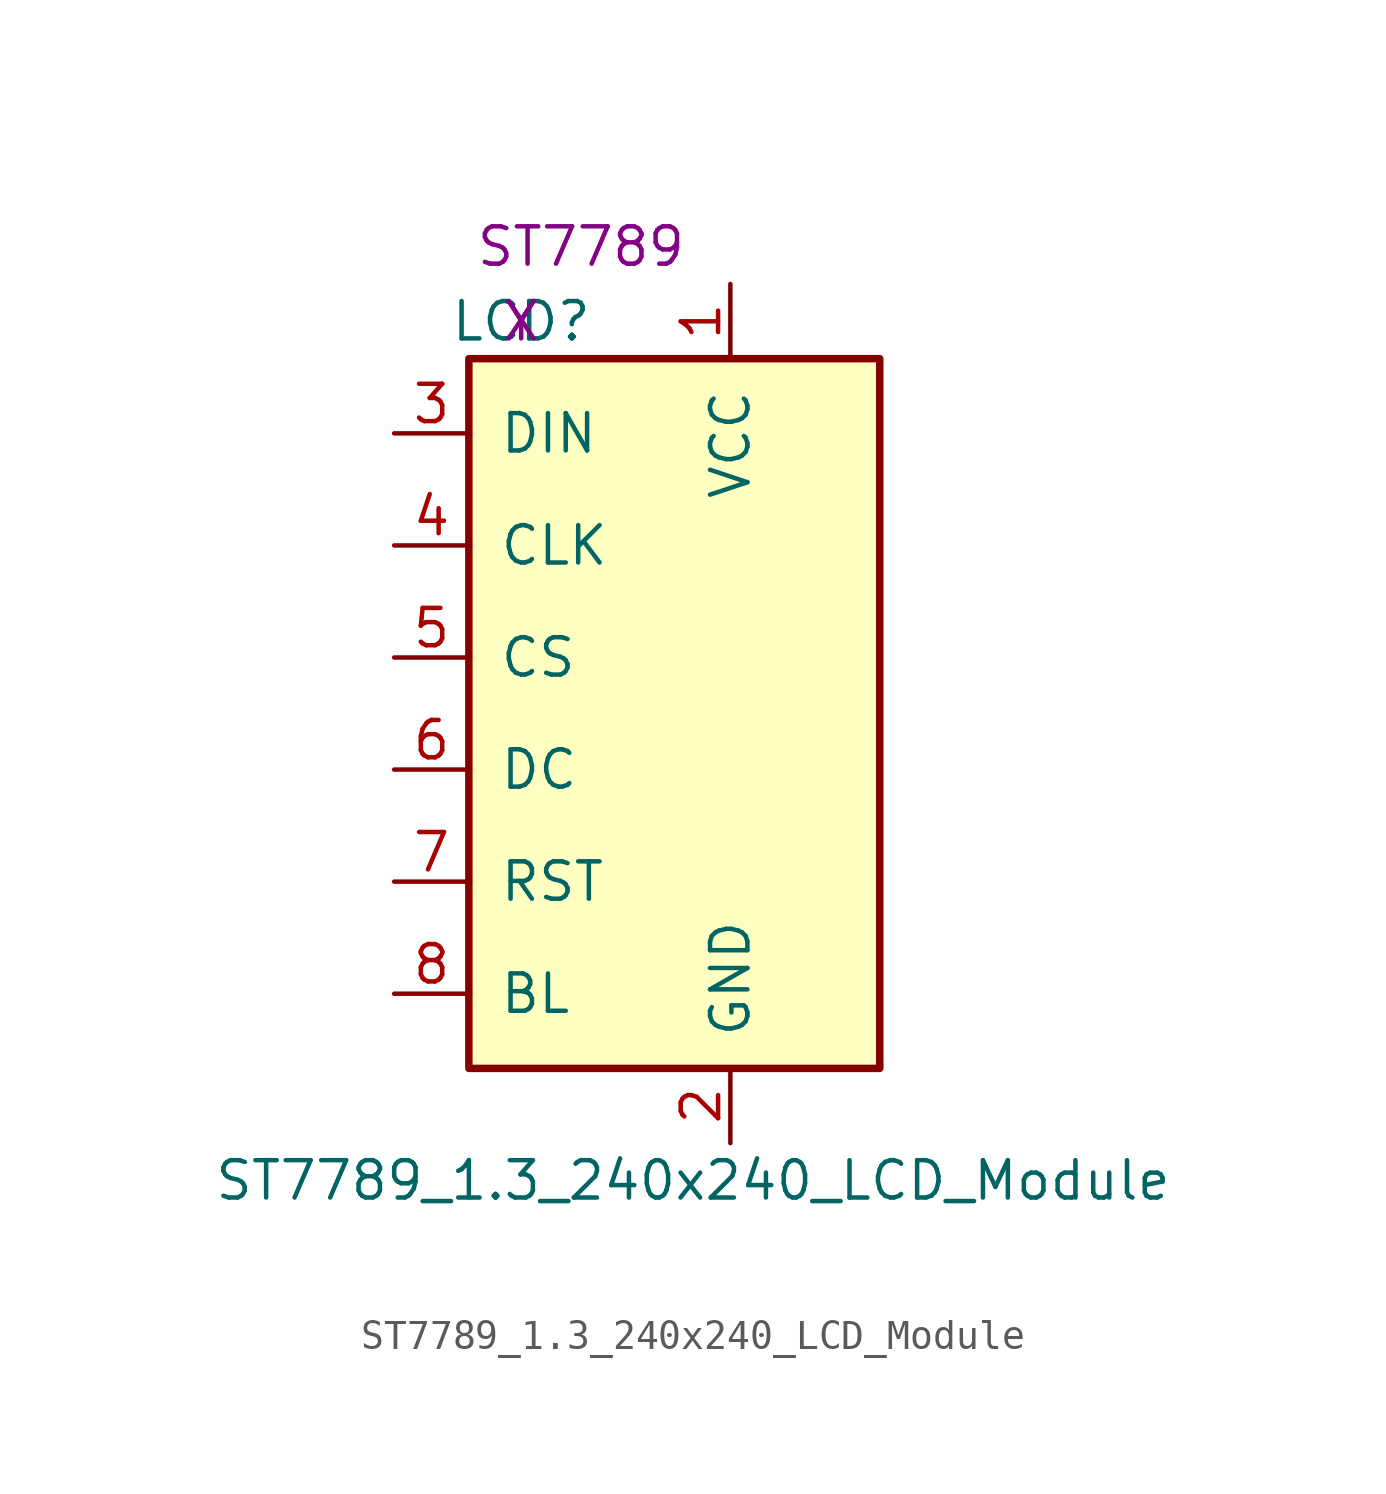
<source format=kicad_sym>
(kicad_symbol_lib
  (version 20211014)
  (generator kicad_symbol_editor)
  (symbol "ST7789_1.3_240x240_LCD_Module"
    (pin_names
      (offset 1.016))
    (property "Reference" "LCD"
      (at -8.382 19.05 0)
      (effects (font (size 1.27 1.27))))
    (property "Value" "ST7789_1.3_240x240_LCD_Module"
      (at -2.54 -10.16 0)
      (effects (font (size 1.27 1.27))))
    (property "Spice_Primitive" "X"
      (at -8.382 19.05 0)
      (effects (font (size 1.27 1.27))))
    (property "Spice_Model" "ST7789"
      (at -6.35 21.59 0)
      (effects (font (size 1.27 1.27))))
    (property "Spice_Netlist_Enabled" "Y"
      (at -8.382 19.05 0)
      (effects (font (size 1.27 1.27))))
    (property "Spice_Lib_File" ""
      (at -8.382 19.05 0)
      (effects (font (size 1.27 1.27))))
    (symbol "ST7789_1.3_240x240_LCD_Module_0_1"
      (rectangle (start -10.16 17.78) (end 3.81 -6.35) (stroke (width 0.254) (type default) (color 0 0 0 0)) (fill (type background))))
    (symbol "ST7789_1.3_240x240_LCD_Module_1_1"
      (pin power_in line (at -1.27 20.32 270) (length 2.54) (name "VCC" (effects (font (size 1.27 1.27)))) (number "1" (effects (font (size 1.27 1.27)))))
      (pin power_in line (at -1.27 -8.89 90) (length 2.54) (name "GND" (effects (font (size 1.27 1.27)))) (number "2" (effects (font (size 1.27 1.27)))))
      (pin input line (at -12.7 15.24 0) (length 2.54) (name "DIN" (effects (font (size 1.27 1.27)))) (number "3" (effects (font (size 1.27 1.27)))))
      (pin input line (at -12.7 11.43 0) (length 2.54) (name "CLK" (effects (font (size 1.27 1.27)))) (number "4" (effects (font (size 1.27 1.27)))))
      (pin input line (at -12.7 7.62 0) (length 2.54) (name "CS" (effects (font (size 1.27 1.27)))) (number "5" (effects (font (size 1.27 1.27)))))
      (pin input line (at -12.7 3.81 0) (length 2.54) (name "DC" (effects (font (size 1.27 1.27)))) (number "6" (effects (font (size 1.27 1.27)))))
      (pin input line (at -12.7 0 0) (length 2.54) (name "RST" (effects (font (size 1.27 1.27)))) (number "7" (effects (font (size 1.27 1.27)))))
      (pin input line (at -12.7 -3.81 0) (length 2.54) (name "BL" (effects (font (size 1.27 1.27)))) (number "8" (effects (font (size 1.27 1.27))))))))
</source>
